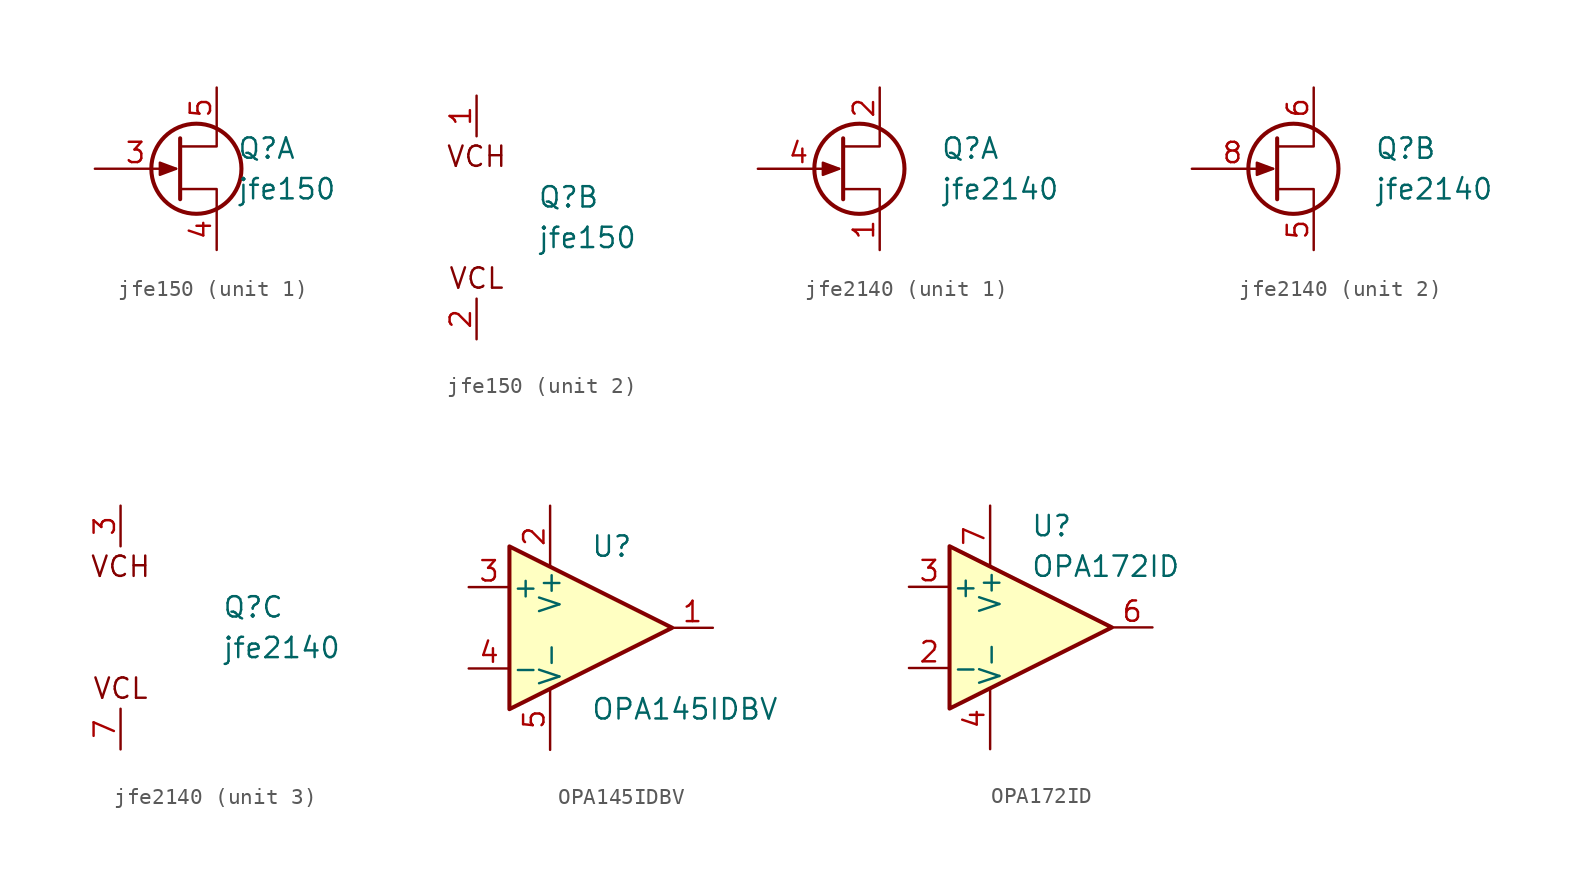
<source format=kicad_sym>
(kicad_symbol_lib
  (version 20211014)
  (generator kicad_symbol_editor)
  (symbol "jfe150"
    (pin_names
      (offset 0) hide)
    (property "Reference" "Q"
      (at 3.81 1.27 0)
      (effects (font (size 1.27 1.27)) (justify left)))
    (property "Value" "jfe150"
      (at 3.81 -1.27 0)
      (effects (font (size 1.27 1.27)) (justify left)))
    (property "ki_locked" ""
      (at 0 0 0)
      (effects (font (size 1.27 1.27))))
    (symbol "jfe150_1_1"
      (polyline (pts (xy 0.254 1.905) (xy 0.254 -1.905) (xy 0.254 -1.905)) (stroke (width 0.254) (type default) (color 0 0 0 0)) (fill (type none)))
      (polyline (pts (xy 2.54 -2.54) (xy 2.54 -1.27) (xy 0.254 -1.27)) (stroke (width 0) (type default) (color 0 0 0 0)) (fill (type none)))
      (polyline (pts (xy 2.54 2.54) (xy 2.54 1.397) (xy 0.254 1.397)) (stroke (width 0) (type default) (color 0 0 0 0)) (fill (type none)))
      (polyline (pts (xy 0 0) (xy -1.016 0.381) (xy -1.016 -0.381) (xy 0 0)) (stroke (width 0) (type default) (color 0 0 0 0)) (fill (type outline)))
      (circle (center 1.27 0) (radius 2.819) (stroke (width 0.254) (type default) (color 0 0 0 0)) (fill (type none)))
      (pin input line (at -5.08 0 0) (length 5.08) (name "G" (effects (font (size 1.27 1.27)))) (number "3" (effects (font (size 1.27 1.27)))))
      (pin passive line (at 2.54 -5.08 90) (length 2.54) (name "S" (effects (font (size 1.27 1.27)))) (number "4" (effects (font (size 1.27 1.27)))))
      (pin passive line (at 2.54 5.08 270) (length 2.54) (name "D" (effects (font (size 1.27 1.27)))) (number "5" (effects (font (size 1.27 1.27))))))
    (symbol "jfe150_2_0"
      (text "VCH" (at 0 3.81 0) (effects (font (size 1.27 1.27))))
      (text "VCL" (at 0 -3.81 0) (effects (font (size 1.27 1.27)))))
    (symbol "jfe150_2_1"
      (pin passive line (at 0 7.62 270) (length 2.54) (name "VCH" (effects (font (size 1.27 1.27)))) (number "1" (effects (font (size 1.27 1.27)))))
      (pin passive line (at 0 -7.62 90) (length 2.54) (name "VCL" (effects (font (size 1.27 1.27)))) (number "2" (effects (font (size 1.27 1.27)))))))
  (symbol "jfe2140"
    (pin_names
      (offset 0) hide)
    (property "Reference" "Q"
      (at 6.35 1.27 0)
      (effects (font (size 1.27 1.27)) (justify left)))
    (property "Value" "jfe2140"
      (at 6.35 -1.27 0)
      (effects (font (size 1.27 1.27)) (justify left)))
    (property "ki_locked" ""
      (at 0 0 0)
      (effects (font (size 1.27 1.27))))
    (symbol "jfe2140_1_1"
      (polyline (pts (xy 0.254 1.905) (xy 0.254 -1.905) (xy 0.254 -1.905)) (stroke (width 0.254) (type default) (color 0 0 0 0)) (fill (type none)))
      (polyline (pts (xy 2.54 -2.54) (xy 2.54 -1.27) (xy 0.254 -1.27)) (stroke (width 0) (type default) (color 0 0 0 0)) (fill (type none)))
      (polyline (pts (xy 2.54 2.54) (xy 2.54 1.397) (xy 0.254 1.397)) (stroke (width 0) (type default) (color 0 0 0 0)) (fill (type none)))
      (polyline (pts (xy 0 0) (xy -1.016 0.381) (xy -1.016 -0.381) (xy 0 0)) (stroke (width 0) (type default) (color 0 0 0 0)) (fill (type outline)))
      (circle (center 1.27 0) (radius 2.819) (stroke (width 0.254) (type default) (color 0 0 0 0)) (fill (type none)))
      (pin passive line (at 2.54 -5.08 90) (length 2.54) (name "S1" (effects (font (size 1.27 1.27)))) (number "1" (effects (font (size 1.27 1.27)))))
      (pin passive line (at 2.54 5.08 270) (length 2.54) (name "D1" (effects (font (size 1.27 1.27)))) (number "2" (effects (font (size 1.27 1.27)))))
      (pin input line (at -5.08 0 0) (length 5.08) (name "G1" (effects (font (size 1.27 1.27)))) (number "4" (effects (font (size 1.27 1.27))))))
    (symbol "jfe2140_2_1"
      (polyline (pts (xy 0.254 1.905) (xy 0.254 -1.905) (xy 0.254 -1.905)) (stroke (width 0.254) (type default) (color 0 0 0 0)) (fill (type none)))
      (polyline (pts (xy 2.54 -2.54) (xy 2.54 -1.27) (xy 0.254 -1.27)) (stroke (width 0) (type default) (color 0 0 0 0)) (fill (type none)))
      (polyline (pts (xy 2.54 2.54) (xy 2.54 1.397) (xy 0.254 1.397)) (stroke (width 0) (type default) (color 0 0 0 0)) (fill (type none)))
      (polyline (pts (xy 0 0) (xy -1.016 0.381) (xy -1.016 -0.381) (xy 0 0)) (stroke (width 0) (type default) (color 0 0 0 0)) (fill (type outline)))
      (circle (center 1.27 0) (radius 2.819) (stroke (width 0.254) (type default) (color 0 0 0 0)) (fill (type none)))
      (pin passive line (at 2.54 -5.08 90) (length 2.54) (name "S2" (effects (font (size 1.27 1.27)))) (number "5" (effects (font (size 1.27 1.27)))))
      (pin passive line (at 2.54 5.08 270) (length 2.54) (name "D2" (effects (font (size 1.27 1.27)))) (number "6" (effects (font (size 1.27 1.27)))))
      (pin input line (at -5.08 0 0) (length 5.08) (name "G2" (effects (font (size 1.27 1.27)))) (number "8" (effects (font (size 1.27 1.27))))))
    (symbol "jfe2140_3_0"
      (text "VCH" (at 0 3.81 0) (effects (font (size 1.27 1.27))))
      (text "VCL" (at 0 -3.81 0) (effects (font (size 1.27 1.27)))))
    (symbol "jfe2140_3_1"
      (pin passive line (at 0 7.62 270) (length 2.54) (name "VCH" (effects (font (size 1.27 1.27)))) (number "3" (effects (font (size 1.27 1.27)))))
      (pin passive line (at 0 -7.62 90) (length 2.54) (name "VCL" (effects (font (size 1.27 1.27)))) (number "7" (effects (font (size 1.27 1.27)))))))
  (symbol "OPA145IDBV"
    (pin_names
      (offset 0.127))
    (property "Reference" "U"
      (at 0 5.08 0)
      (effects (font (size 1.27 1.27)) (justify left)))
    (property "Value" "OPA145IDBV"
      (at 0 -5.08 0)
      (effects (font (size 1.27 1.27)) (justify left)))
    (symbol "OPA145IDBV_0_1"
      (polyline (pts (xy -5.08 5.08) (xy 5.08 0) (xy -5.08 -5.08) (xy -5.08 5.08)) (stroke (width 0.254) (type default) (color 0 0 0 0)) (fill (type background)))
      (pin power_in line (at -2.54 7.62 270) (length 3.81) (name "V+" (effects (font (size 1.27 1.27)))) (number "2" (effects (font (size 1.27 1.27)))))
      (pin power_in line (at -2.54 -7.62 90) (length 3.81) (name "V-" (effects (font (size 1.27 1.27)))) (number "5" (effects (font (size 1.27 1.27))))))
    (symbol "OPA145IDBV_1_1"
      (pin output line (at 7.62 0 180) (length 2.54) (name "~" (effects (font (size 1.27 1.27)))) (number "1" (effects (font (size 1.27 1.27)))))
      (pin input line (at -7.62 2.54 0) (length 2.54) (name "+" (effects (font (size 1.27 1.27)))) (number "3" (effects (font (size 1.27 1.27)))))
      (pin input line (at -7.62 -2.54 0) (length 2.54) (name "-" (effects (font (size 1.27 1.27)))) (number "4" (effects (font (size 1.27 1.27)))))))
  (symbol "OPA172ID"
    (pin_names
      (offset 0.127))
    (property "Reference" "U"
      (at 0 6.35 0)
      (effects (font (size 1.27 1.27)) (justify left)))
    (property "Value" "OPA172ID"
      (at 0 3.81 0)
      (effects (font (size 1.27 1.27)) (justify left)))
    (symbol "OPA172ID_0_1"
      (polyline (pts (xy -5.08 5.08) (xy 5.08 0) (xy -5.08 -5.08) (xy -5.08 5.08)) (stroke (width 0.254) (type default) (color 0 0 0 0)) (fill (type background))))
    (symbol "OPA172ID_1_1"
      (pin no_connect line (at -5.08 -2.54 90) (length 2.54) hide (name "NC" (effects (font (size 1.27 1.27)))) (number "1" (effects (font (size 1.27 1.27)))))
      (pin input line (at -7.62 -2.54 0) (length 2.54) (name "-" (effects (font (size 1.27 1.27)))) (number "2" (effects (font (size 1.27 1.27)))))
      (pin input line (at -7.62 2.54 0) (length 2.54) (name "+" (effects (font (size 1.27 1.27)))) (number "3" (effects (font (size 1.27 1.27)))))
      (pin power_in line (at -2.54 -7.62 90) (length 3.81) (name "V-" (effects (font (size 1.27 1.27)))) (number "4" (effects (font (size 1.27 1.27)))))
      (pin no_connect line (at -2.54 -2.54 90) (length 2.54) hide (name "NC" (effects (font (size 1.27 1.27)))) (number "5" (effects (font (size 1.27 1.27)))))
      (pin output line (at 7.62 0 180) (length 2.54) (name "~" (effects (font (size 1.27 1.27)))) (number "6" (effects (font (size 1.27 1.27)))))
      (pin power_in line (at -2.54 7.62 270) (length 3.81) (name "V+" (effects (font (size 1.27 1.27)))) (number "7" (effects (font (size 1.27 1.27)))))
      (pin no_connect line (at 0 -2.54 90) (length 2.54) hide (name "NC" (effects (font (size 1.27 1.27)))) (number "8" (effects (font (size 1.27 1.27))))))))
</source>
